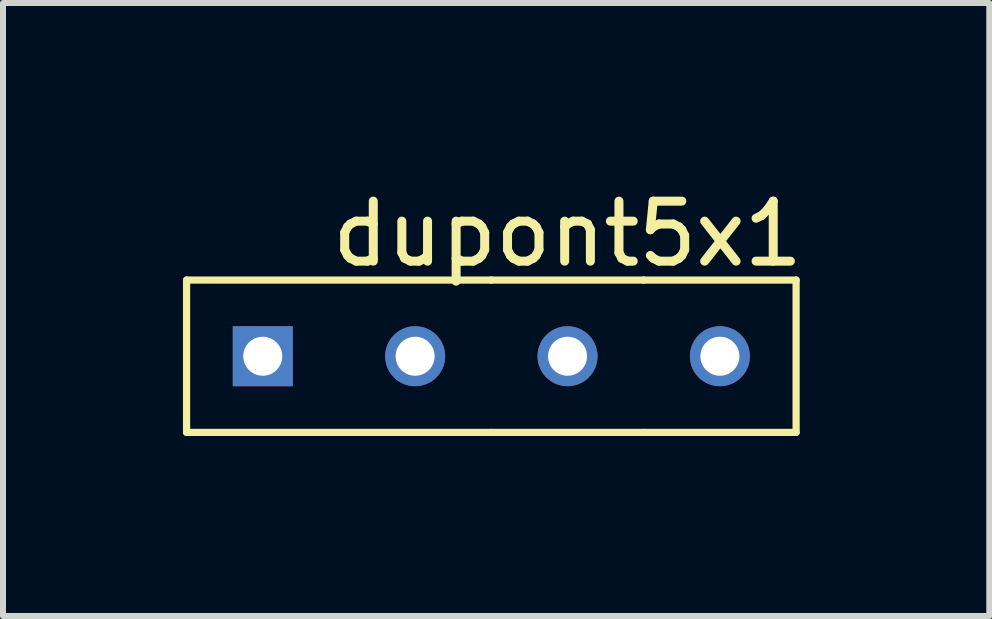
<source format=kicad_pcb>
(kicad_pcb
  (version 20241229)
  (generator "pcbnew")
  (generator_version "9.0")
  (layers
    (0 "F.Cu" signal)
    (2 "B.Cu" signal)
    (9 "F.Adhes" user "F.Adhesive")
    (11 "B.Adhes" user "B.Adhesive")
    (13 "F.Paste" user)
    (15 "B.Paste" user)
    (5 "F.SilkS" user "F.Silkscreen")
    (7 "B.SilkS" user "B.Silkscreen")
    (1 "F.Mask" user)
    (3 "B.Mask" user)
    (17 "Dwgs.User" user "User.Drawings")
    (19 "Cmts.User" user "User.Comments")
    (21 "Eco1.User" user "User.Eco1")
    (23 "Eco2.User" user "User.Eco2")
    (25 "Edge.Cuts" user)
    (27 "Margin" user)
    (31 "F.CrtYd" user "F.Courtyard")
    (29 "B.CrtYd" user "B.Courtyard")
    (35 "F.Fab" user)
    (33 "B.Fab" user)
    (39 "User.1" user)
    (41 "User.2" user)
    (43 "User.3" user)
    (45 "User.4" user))
  (footprint "dupont5x1"
    (layer "F.Cu")
    (at 3.87 0.348)
    (property "Reference" "dupont5x1" (at 2.54 0.5 0) (layer "F.SilkS") (effects (font (size 1 1) (thickness 0.15))))
    (attr through_hole)
    (fp_line (start -3.81 1.27) (end 1.27 1.27) (stroke (width 0.12) (type solid)) (layer "F.SilkS"))
    (fp_line (start -3.81 3.81) (end -3.81 1.27) (stroke (width 0.12) (type solid)) (layer "F.SilkS"))
    (fp_line (start 1.27 1.27) (end 3.81 1.27) (stroke (width 0.12) (type solid)) (layer "F.SilkS"))
    (fp_line (start 1.27 3.81) (end -3.81 3.81) (stroke (width 0.12) (type solid)) (layer "F.SilkS"))
    (fp_line (start 3.81 1.27) (end 6.35 1.27) (stroke (width 0.12) (type solid)) (layer "F.SilkS"))
    (fp_line (start 3.81 3.81) (end 1.27 3.81) (stroke (width 0.12) (type solid)) (layer "F.SilkS"))
    (fp_line (start 6.35 1.27) (end 6.35 3.81) (stroke (width 0.12) (type solid)) (layer "F.SilkS"))
    (fp_line (start 6.35 3.81) (end 3.81 3.81) (stroke (width 0.12) (type solid)) (layer "F.SilkS"))
    (pad "1" thru_hole rect (at -2.54 2.54) (size 1 1) (drill 0.65) (layers "*.Cu" "*.Mask"))
    (pad "2" thru_hole circle (at 0 2.54) (size 1 1) (drill 0.65) (layers "*.Cu" "*.Mask"))
    (pad "3" thru_hole circle (at 2.54 2.54) (size 1 1) (drill 0.65) (layers "*.Cu" "*.Mask"))
    (pad "4" thru_hole circle (at 5.08 2.54) (size 1 1) (drill 0.65) (layers "*.Cu" "*.Mask")))
  (gr_rect
    (start -3 -3)
    (end 13.44 7.218)
    (stroke (width 0.1) (type default))
    (fill no)
    (layer "Edge.Cuts")))
</source>
